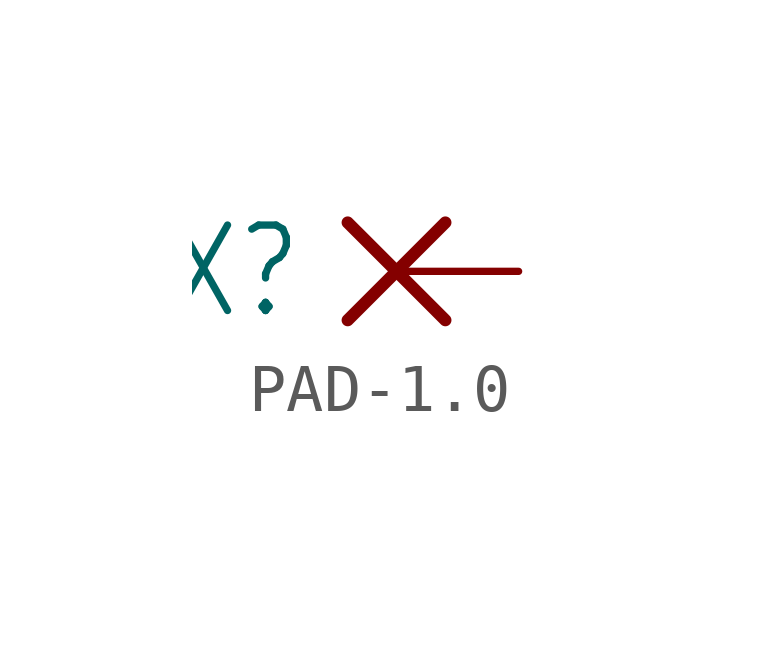
<source format=kicad_sym>
(kicad_symbol_lib
  (version 20211014)
  (generator kicad_symbol_editor)
  (symbol "PAD-1.0"
    (property "Reference" "X"
      (at -1.905 0 0)
      (effects (font (size 1.778 1.511)) (justify right)))
    (property "ki_locked" ""
      (at 0 0 0)
      (effects (font (size 1.27 1.27))))
    (symbol "PAD-1.0_1_0"
      (polyline (pts (xy -1.016 -1.016) (xy 1.016 1.016)) (stroke (width 0.254) (type default) (color 0 0 0 0)) (fill (type none)))
      (polyline (pts (xy -1.016 1.016) (xy 1.016 -1.016)) (stroke (width 0.254) (type default) (color 0 0 0 0)) (fill (type none)))
      (pin passive line (at 2.54 0 180) (length 2.54) (name "P" (effects (font (size 0 0)))) (number "1" (effects (font (size 0 0))))))))
</source>
